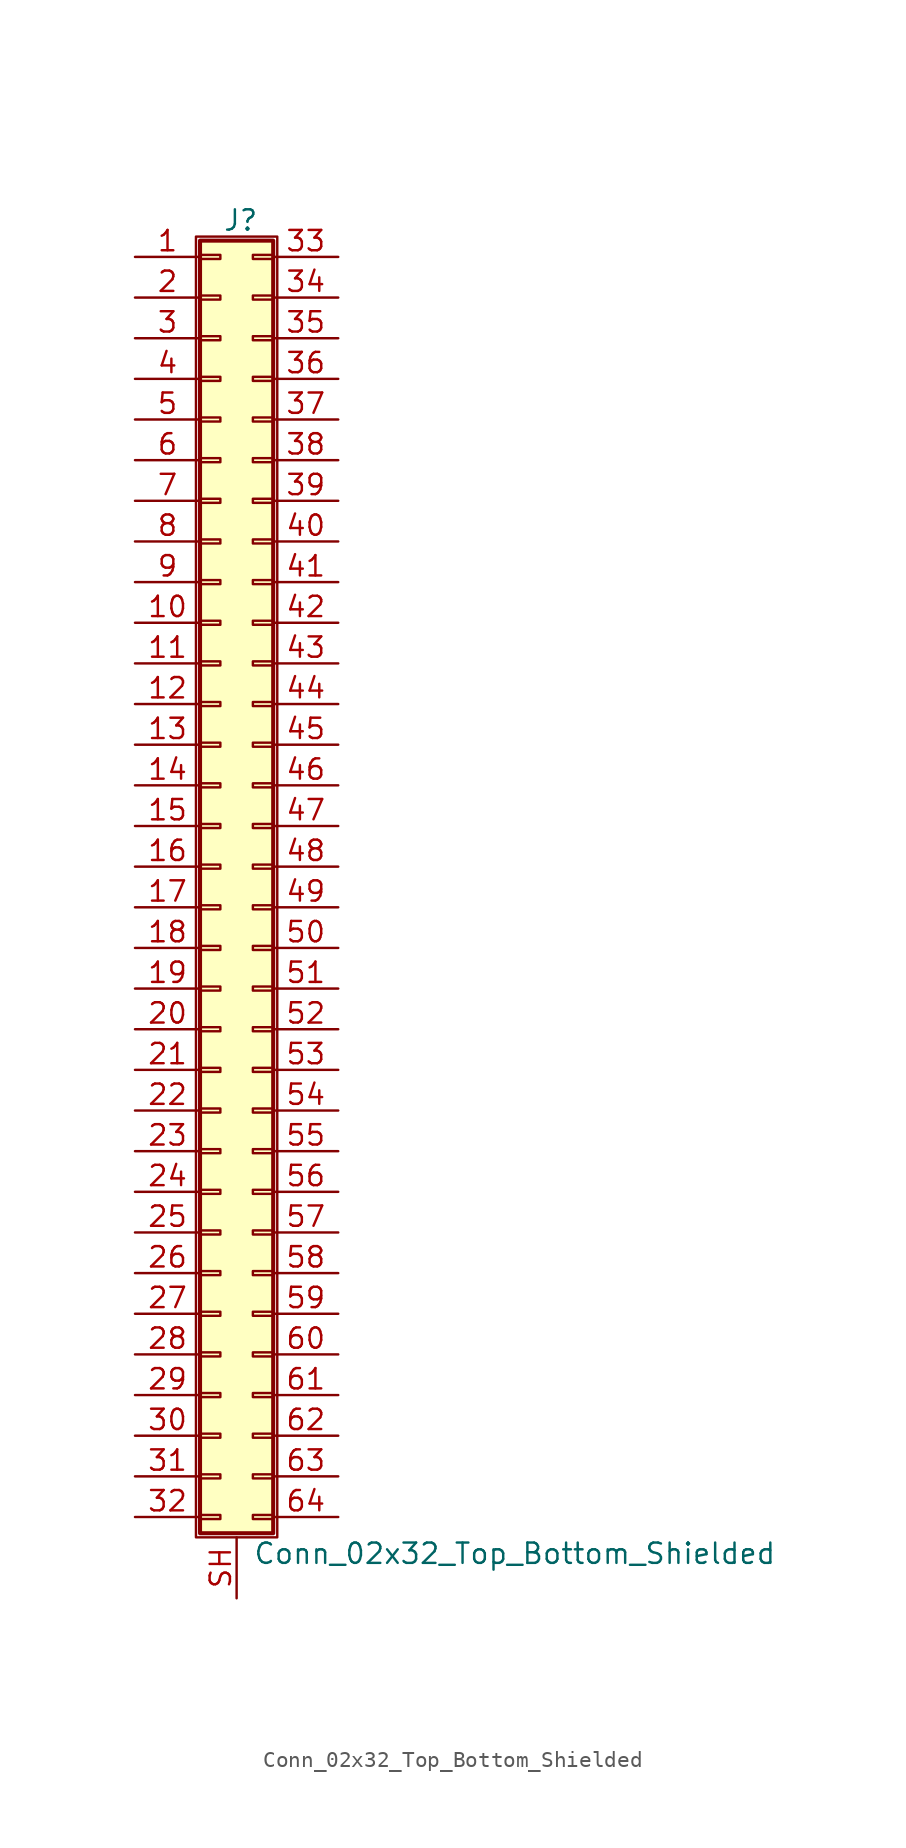
<source format=kicad_sym>
(kicad_symbol_lib
  (version 20201005)
  (generator kicad_symbol_editor)
  (symbol "Connector_Generic_Shielded:Conn_02x32_Top_Bottom_Shielded"
    (pin_names
      (offset 1.016) hide)
    (property "Reference" "J"
      (at 1.524 40.386 0)
      (effects (font (size 1.27 1.27))))
    (property "Value" "Conn_02x32_Top_Bottom_Shielded"
      (at 2.286 -42.926 0)
      (effects (font (size 1.27 1.27)) (justify left)))
    (symbol "Conn_02x32_Top_Bottom_Shielded_1_1"
      (rectangle (start -1.016 -27.813) (end 0.254 -28.067) (stroke (width 0.152)) (fill (type none)))
      (rectangle (start -1.016 -30.353) (end 0.254 -30.607) (stroke (width 0.152)) (fill (type none)))
      (rectangle (start -1.016 -32.893) (end 0.254 -33.147) (stroke (width 0.152)) (fill (type none)))
      (rectangle (start -1.016 -35.433) (end 0.254 -35.687) (stroke (width 0.152)) (fill (type none)))
      (rectangle (start -1.016 -37.973) (end 0.254 -38.227) (stroke (width 0.152)) (fill (type none)))
      (rectangle (start -1.016 -40.513) (end 0.254 -40.767) (stroke (width 0.152)) (fill (type none)))
      (rectangle (start -1.016 -4.953) (end 0.254 -5.207) (stroke (width 0.152)) (fill (type none)))
      (rectangle (start -1.016 -7.493) (end 0.254 -7.747) (stroke (width 0.152)) (fill (type none)))
      (rectangle (start -1.016 -10.033) (end 0.254 -10.287) (stroke (width 0.152)) (fill (type none)))
      (rectangle (start -1.016 -12.573) (end 0.254 -12.827) (stroke (width 0.152)) (fill (type none)))
      (rectangle (start -1.016 -15.113) (end 0.254 -15.367) (stroke (width 0.152)) (fill (type none)))
      (rectangle (start -1.016 -17.653) (end 0.254 -17.907) (stroke (width 0.152)) (fill (type none)))
      (rectangle (start -1.016 -20.193) (end 0.254 -20.447) (stroke (width 0.152)) (fill (type none)))
      (rectangle (start -1.016 -22.733) (end 0.254 -22.987) (stroke (width 0.152)) (fill (type none)))
      (rectangle (start -1.016 -2.413) (end 0.254 -2.667) (stroke (width 0.152)) (fill (type none)))
      (rectangle (start -1.016 -25.273) (end 0.254 -25.527) (stroke (width 0.152)) (fill (type none)))
      (rectangle (start -1.016 25.527) (end 0.254 25.273) (stroke (width 0.152)) (fill (type none)))
      (rectangle (start -1.016 2.667) (end 0.254 2.413) (stroke (width 0.152)) (fill (type none)))
      (rectangle (start -1.016 28.067) (end 0.254 27.813) (stroke (width 0.152)) (fill (type none)))
      (rectangle (start -1.016 30.607) (end 0.254 30.353) (stroke (width 0.152)) (fill (type none)))
      (rectangle (start -1.016 33.147) (end 0.254 32.893) (stroke (width 0.152)) (fill (type none)))
      (rectangle (start -1.016 35.687) (end 0.254 35.433) (stroke (width 0.152)) (fill (type none)))
      (rectangle (start -1.016 38.227) (end 0.254 37.973) (stroke (width 0.152)) (fill (type none)))
      (rectangle (start -1.016 39.116) (end 3.556 -41.656) (stroke (width 0.254)) (fill (type background)))
      (rectangle (start -1.016 5.207) (end 0.254 4.953) (stroke (width 0.152)) (fill (type none)))
      (rectangle (start -1.016 7.747) (end 0.254 7.493) (stroke (width 0.152)) (fill (type none)))
      (rectangle (start -1.016 10.287) (end 0.254 10.033) (stroke (width 0.152)) (fill (type none)))
      (rectangle (start -1.016 0.127) (end 0.254 -0.127) (stroke (width 0.152)) (fill (type none)))
      (rectangle (start -1.016 12.827) (end 0.254 12.573) (stroke (width 0.152)) (fill (type none)))
      (rectangle (start -1.016 15.367) (end 0.254 15.113) (stroke (width 0.152)) (fill (type none)))
      (rectangle (start -1.016 17.907) (end 0.254 17.653) (stroke (width 0.152)) (fill (type none)))
      (rectangle (start -1.016 20.447) (end 0.254 20.193) (stroke (width 0.152)) (fill (type none)))
      (rectangle (start -1.016 22.987) (end 0.254 22.733) (stroke (width 0.152)) (fill (type none)))
      (rectangle (start -1.27 39.37) (end 3.81 -41.91) (stroke (width 0.152)) (fill (type none)))
      (rectangle (start 3.556 -27.813) (end 2.286 -28.067) (stroke (width 0.152)) (fill (type none)))
      (rectangle (start 3.556 -30.353) (end 2.286 -30.607) (stroke (width 0.152)) (fill (type none)))
      (rectangle (start 3.556 -32.893) (end 2.286 -33.147) (stroke (width 0.152)) (fill (type none)))
      (rectangle (start 3.556 -35.433) (end 2.286 -35.687) (stroke (width 0.152)) (fill (type none)))
      (rectangle (start 3.556 -37.973) (end 2.286 -38.227) (stroke (width 0.152)) (fill (type none)))
      (rectangle (start 3.556 -40.513) (end 2.286 -40.767) (stroke (width 0.152)) (fill (type none)))
      (rectangle (start 3.556 -4.953) (end 2.286 -5.207) (stroke (width 0.152)) (fill (type none)))
      (rectangle (start 3.556 -7.493) (end 2.286 -7.747) (stroke (width 0.152)) (fill (type none)))
      (rectangle (start 3.556 -10.033) (end 2.286 -10.287) (stroke (width 0.152)) (fill (type none)))
      (rectangle (start 3.556 -12.573) (end 2.286 -12.827) (stroke (width 0.152)) (fill (type none)))
      (rectangle (start 3.556 -15.113) (end 2.286 -15.367) (stroke (width 0.152)) (fill (type none)))
      (rectangle (start 3.556 -17.653) (end 2.286 -17.907) (stroke (width 0.152)) (fill (type none)))
      (rectangle (start 3.556 -20.193) (end 2.286 -20.447) (stroke (width 0.152)) (fill (type none)))
      (rectangle (start 3.556 -22.733) (end 2.286 -22.987) (stroke (width 0.152)) (fill (type none)))
      (rectangle (start 3.556 -2.413) (end 2.286 -2.667) (stroke (width 0.152)) (fill (type none)))
      (rectangle (start 3.556 -25.273) (end 2.286 -25.527) (stroke (width 0.152)) (fill (type none)))
      (rectangle (start 3.556 25.527) (end 2.286 25.273) (stroke (width 0.152)) (fill (type none)))
      (rectangle (start 3.556 2.667) (end 2.286 2.413) (stroke (width 0.152)) (fill (type none)))
      (rectangle (start 3.556 28.067) (end 2.286 27.813) (stroke (width 0.152)) (fill (type none)))
      (rectangle (start 3.556 30.607) (end 2.286 30.353) (stroke (width 0.152)) (fill (type none)))
      (rectangle (start 3.556 33.147) (end 2.286 32.893) (stroke (width 0.152)) (fill (type none)))
      (rectangle (start 3.556 35.687) (end 2.286 35.433) (stroke (width 0.152)) (fill (type none)))
      (rectangle (start 3.556 38.227) (end 2.286 37.973) (stroke (width 0.152)) (fill (type none)))
      (rectangle (start 3.556 5.207) (end 2.286 4.953) (stroke (width 0.152)) (fill (type none)))
      (rectangle (start 3.556 7.747) (end 2.286 7.493) (stroke (width 0.152)) (fill (type none)))
      (rectangle (start 3.556 10.287) (end 2.286 10.033) (stroke (width 0.152)) (fill (type none)))
      (rectangle (start 3.556 0.127) (end 2.286 -0.127) (stroke (width 0.152)) (fill (type none)))
      (rectangle (start 3.556 12.827) (end 2.286 12.573) (stroke (width 0.152)) (fill (type none)))
      (rectangle (start 3.556 15.367) (end 2.286 15.113) (stroke (width 0.152)) (fill (type none)))
      (rectangle (start 3.556 17.907) (end 2.286 17.653) (stroke (width 0.152)) (fill (type none)))
      (rectangle (start 3.556 20.447) (end 2.286 20.193) (stroke (width 0.152)) (fill (type none)))
      (rectangle (start 3.556 22.987) (end 2.286 22.733) (stroke (width 0.152)) (fill (type none)))
      (pin passive line (at -5.08 38.1 0) (length 4.064) (name "Pin_1" (effects (font (size 1.27 1.27)))) (number "1" (effects (font (size 1.27 1.27)))))
      (pin passive line (at -5.08 15.24 0) (length 4.064) (name "Pin_10" (effects (font (size 1.27 1.27)))) (number "10" (effects (font (size 1.27 1.27)))))
      (pin passive line (at -5.08 12.7 0) (length 4.064) (name "Pin_11" (effects (font (size 1.27 1.27)))) (number "11" (effects (font (size 1.27 1.27)))))
      (pin passive line (at -5.08 10.16 0) (length 4.064) (name "Pin_12" (effects (font (size 1.27 1.27)))) (number "12" (effects (font (size 1.27 1.27)))))
      (pin passive line (at -5.08 7.62 0) (length 4.064) (name "Pin_13" (effects (font (size 1.27 1.27)))) (number "13" (effects (font (size 1.27 1.27)))))
      (pin passive line (at -5.08 5.08 0) (length 4.064) (name "Pin_14" (effects (font (size 1.27 1.27)))) (number "14" (effects (font (size 1.27 1.27)))))
      (pin passive line (at -5.08 2.54 0) (length 4.064) (name "Pin_15" (effects (font (size 1.27 1.27)))) (number "15" (effects (font (size 1.27 1.27)))))
      (pin passive line (at -5.08 0 0) (length 4.064) (name "Pin_16" (effects (font (size 1.27 1.27)))) (number "16" (effects (font (size 1.27 1.27)))))
      (pin passive line (at -5.08 -2.54 0) (length 4.064) (name "Pin_17" (effects (font (size 1.27 1.27)))) (number "17" (effects (font (size 1.27 1.27)))))
      (pin passive line (at -5.08 -5.08 0) (length 4.064) (name "Pin_18" (effects (font (size 1.27 1.27)))) (number "18" (effects (font (size 1.27 1.27)))))
      (pin passive line (at -5.08 -7.62 0) (length 4.064) (name "Pin_19" (effects (font (size 1.27 1.27)))) (number "19" (effects (font (size 1.27 1.27)))))
      (pin passive line (at -5.08 35.56 0) (length 4.064) (name "Pin_2" (effects (font (size 1.27 1.27)))) (number "2" (effects (font (size 1.27 1.27)))))
      (pin passive line (at -5.08 -10.16 0) (length 4.064) (name "Pin_20" (effects (font (size 1.27 1.27)))) (number "20" (effects (font (size 1.27 1.27)))))
      (pin passive line (at -5.08 -12.7 0) (length 4.064) (name "Pin_21" (effects (font (size 1.27 1.27)))) (number "21" (effects (font (size 1.27 1.27)))))
      (pin passive line (at -5.08 -15.24 0) (length 4.064) (name "Pin_22" (effects (font (size 1.27 1.27)))) (number "22" (effects (font (size 1.27 1.27)))))
      (pin passive line (at -5.08 -17.78 0) (length 4.064) (name "Pin_23" (effects (font (size 1.27 1.27)))) (number "23" (effects (font (size 1.27 1.27)))))
      (pin passive line (at -5.08 -20.32 0) (length 4.064) (name "Pin_24" (effects (font (size 1.27 1.27)))) (number "24" (effects (font (size 1.27 1.27)))))
      (pin passive line (at -5.08 -22.86 0) (length 4.064) (name "Pin_25" (effects (font (size 1.27 1.27)))) (number "25" (effects (font (size 1.27 1.27)))))
      (pin passive line (at -5.08 -25.4 0) (length 4.064) (name "Pin_26" (effects (font (size 1.27 1.27)))) (number "26" (effects (font (size 1.27 1.27)))))
      (pin passive line (at -5.08 -27.94 0) (length 4.064) (name "Pin_27" (effects (font (size 1.27 1.27)))) (number "27" (effects (font (size 1.27 1.27)))))
      (pin passive line (at -5.08 -30.48 0) (length 4.064) (name "Pin_28" (effects (font (size 1.27 1.27)))) (number "28" (effects (font (size 1.27 1.27)))))
      (pin passive line (at -5.08 -33.02 0) (length 4.064) (name "Pin_29" (effects (font (size 1.27 1.27)))) (number "29" (effects (font (size 1.27 1.27)))))
      (pin passive line (at -5.08 33.02 0) (length 4.064) (name "Pin_3" (effects (font (size 1.27 1.27)))) (number "3" (effects (font (size 1.27 1.27)))))
      (pin passive line (at -5.08 -35.56 0) (length 4.064) (name "Pin_30" (effects (font (size 1.27 1.27)))) (number "30" (effects (font (size 1.27 1.27)))))
      (pin passive line (at -5.08 -38.1 0) (length 4.064) (name "Pin_31" (effects (font (size 1.27 1.27)))) (number "31" (effects (font (size 1.27 1.27)))))
      (pin passive line (at -5.08 -40.64 0) (length 4.064) (name "Pin_32" (effects (font (size 1.27 1.27)))) (number "32" (effects (font (size 1.27 1.27)))))
      (pin passive line (at 7.62 38.1 180) (length 4.064) (name "Pin_33" (effects (font (size 1.27 1.27)))) (number "33" (effects (font (size 1.27 1.27)))))
      (pin passive line (at 7.62 35.56 180) (length 4.064) (name "Pin_34" (effects (font (size 1.27 1.27)))) (number "34" (effects (font (size 1.27 1.27)))))
      (pin passive line (at 7.62 33.02 180) (length 4.064) (name "Pin_35" (effects (font (size 1.27 1.27)))) (number "35" (effects (font (size 1.27 1.27)))))
      (pin passive line (at 7.62 30.48 180) (length 4.064) (name "Pin_36" (effects (font (size 1.27 1.27)))) (number "36" (effects (font (size 1.27 1.27)))))
      (pin passive line (at 7.62 27.94 180) (length 4.064) (name "Pin_37" (effects (font (size 1.27 1.27)))) (number "37" (effects (font (size 1.27 1.27)))))
      (pin passive line (at 7.62 25.4 180) (length 4.064) (name "Pin_38" (effects (font (size 1.27 1.27)))) (number "38" (effects (font (size 1.27 1.27)))))
      (pin passive line (at 7.62 22.86 180) (length 4.064) (name "Pin_39" (effects (font (size 1.27 1.27)))) (number "39" (effects (font (size 1.27 1.27)))))
      (pin passive line (at -5.08 30.48 0) (length 4.064) (name "Pin_4" (effects (font (size 1.27 1.27)))) (number "4" (effects (font (size 1.27 1.27)))))
      (pin passive line (at 7.62 20.32 180) (length 4.064) (name "Pin_40" (effects (font (size 1.27 1.27)))) (number "40" (effects (font (size 1.27 1.27)))))
      (pin passive line (at 7.62 17.78 180) (length 4.064) (name "Pin_41" (effects (font (size 1.27 1.27)))) (number "41" (effects (font (size 1.27 1.27)))))
      (pin passive line (at 7.62 15.24 180) (length 4.064) (name "Pin_42" (effects (font (size 1.27 1.27)))) (number "42" (effects (font (size 1.27 1.27)))))
      (pin passive line (at 7.62 12.7 180) (length 4.064) (name "Pin_43" (effects (font (size 1.27 1.27)))) (number "43" (effects (font (size 1.27 1.27)))))
      (pin passive line (at 7.62 10.16 180) (length 4.064) (name "Pin_44" (effects (font (size 1.27 1.27)))) (number "44" (effects (font (size 1.27 1.27)))))
      (pin passive line (at 7.62 7.62 180) (length 4.064) (name "Pin_45" (effects (font (size 1.27 1.27)))) (number "45" (effects (font (size 1.27 1.27)))))
      (pin passive line (at 7.62 5.08 180) (length 4.064) (name "Pin_46" (effects (font (size 1.27 1.27)))) (number "46" (effects (font (size 1.27 1.27)))))
      (pin passive line (at 7.62 2.54 180) (length 4.064) (name "Pin_47" (effects (font (size 1.27 1.27)))) (number "47" (effects (font (size 1.27 1.27)))))
      (pin passive line (at 7.62 0 180) (length 4.064) (name "Pin_48" (effects (font (size 1.27 1.27)))) (number "48" (effects (font (size 1.27 1.27)))))
      (pin passive line (at 7.62 -2.54 180) (length 4.064) (name "Pin_49" (effects (font (size 1.27 1.27)))) (number "49" (effects (font (size 1.27 1.27)))))
      (pin passive line (at -5.08 27.94 0) (length 4.064) (name "Pin_5" (effects (font (size 1.27 1.27)))) (number "5" (effects (font (size 1.27 1.27)))))
      (pin passive line (at 7.62 -5.08 180) (length 4.064) (name "Pin_50" (effects (font (size 1.27 1.27)))) (number "50" (effects (font (size 1.27 1.27)))))
      (pin passive line (at 7.62 -7.62 180) (length 4.064) (name "Pin_51" (effects (font (size 1.27 1.27)))) (number "51" (effects (font (size 1.27 1.27)))))
      (pin passive line (at 7.62 -10.16 180) (length 4.064) (name "Pin_52" (effects (font (size 1.27 1.27)))) (number "52" (effects (font (size 1.27 1.27)))))
      (pin passive line (at 7.62 -12.7 180) (length 4.064) (name "Pin_53" (effects (font (size 1.27 1.27)))) (number "53" (effects (font (size 1.27 1.27)))))
      (pin passive line (at 7.62 -15.24 180) (length 4.064) (name "Pin_54" (effects (font (size 1.27 1.27)))) (number "54" (effects (font (size 1.27 1.27)))))
      (pin passive line (at 7.62 -17.78 180) (length 4.064) (name "Pin_55" (effects (font (size 1.27 1.27)))) (number "55" (effects (font (size 1.27 1.27)))))
      (pin passive line (at 7.62 -20.32 180) (length 4.064) (name "Pin_56" (effects (font (size 1.27 1.27)))) (number "56" (effects (font (size 1.27 1.27)))))
      (pin passive line (at 7.62 -22.86 180) (length 4.064) (name "Pin_57" (effects (font (size 1.27 1.27)))) (number "57" (effects (font (size 1.27 1.27)))))
      (pin passive line (at 7.62 -25.4 180) (length 4.064) (name "Pin_58" (effects (font (size 1.27 1.27)))) (number "58" (effects (font (size 1.27 1.27)))))
      (pin passive line (at 7.62 -27.94 180) (length 4.064) (name "Pin_59" (effects (font (size 1.27 1.27)))) (number "59" (effects (font (size 1.27 1.27)))))
      (pin passive line (at -5.08 25.4 0) (length 4.064) (name "Pin_6" (effects (font (size 1.27 1.27)))) (number "6" (effects (font (size 1.27 1.27)))))
      (pin passive line (at 7.62 -30.48 180) (length 4.064) (name "Pin_60" (effects (font (size 1.27 1.27)))) (number "60" (effects (font (size 1.27 1.27)))))
      (pin passive line (at 7.62 -33.02 180) (length 4.064) (name "Pin_61" (effects (font (size 1.27 1.27)))) (number "61" (effects (font (size 1.27 1.27)))))
      (pin passive line (at 7.62 -35.56 180) (length 4.064) (name "Pin_62" (effects (font (size 1.27 1.27)))) (number "62" (effects (font (size 1.27 1.27)))))
      (pin passive line (at 7.62 -38.1 180) (length 4.064) (name "Pin_63" (effects (font (size 1.27 1.27)))) (number "63" (effects (font (size 1.27 1.27)))))
      (pin passive line (at 7.62 -40.64 180) (length 4.064) (name "Pin_64" (effects (font (size 1.27 1.27)))) (number "64" (effects (font (size 1.27 1.27)))))
      (pin passive line (at -5.08 22.86 0) (length 4.064) (name "Pin_7" (effects (font (size 1.27 1.27)))) (number "7" (effects (font (size 1.27 1.27)))))
      (pin passive line (at -5.08 20.32 0) (length 4.064) (name "Pin_8" (effects (font (size 1.27 1.27)))) (number "8" (effects (font (size 1.27 1.27)))))
      (pin passive line (at -5.08 17.78 0) (length 4.064) (name "Pin_9" (effects (font (size 1.27 1.27)))) (number "9" (effects (font (size 1.27 1.27)))))
      (pin passive line (at 1.27 -45.72 90) (length 3.81) (name "Shield" (effects (font (size 1.27 1.27)))) (number "SH" (effects (font (size 1.27 1.27))))))))
</source>
